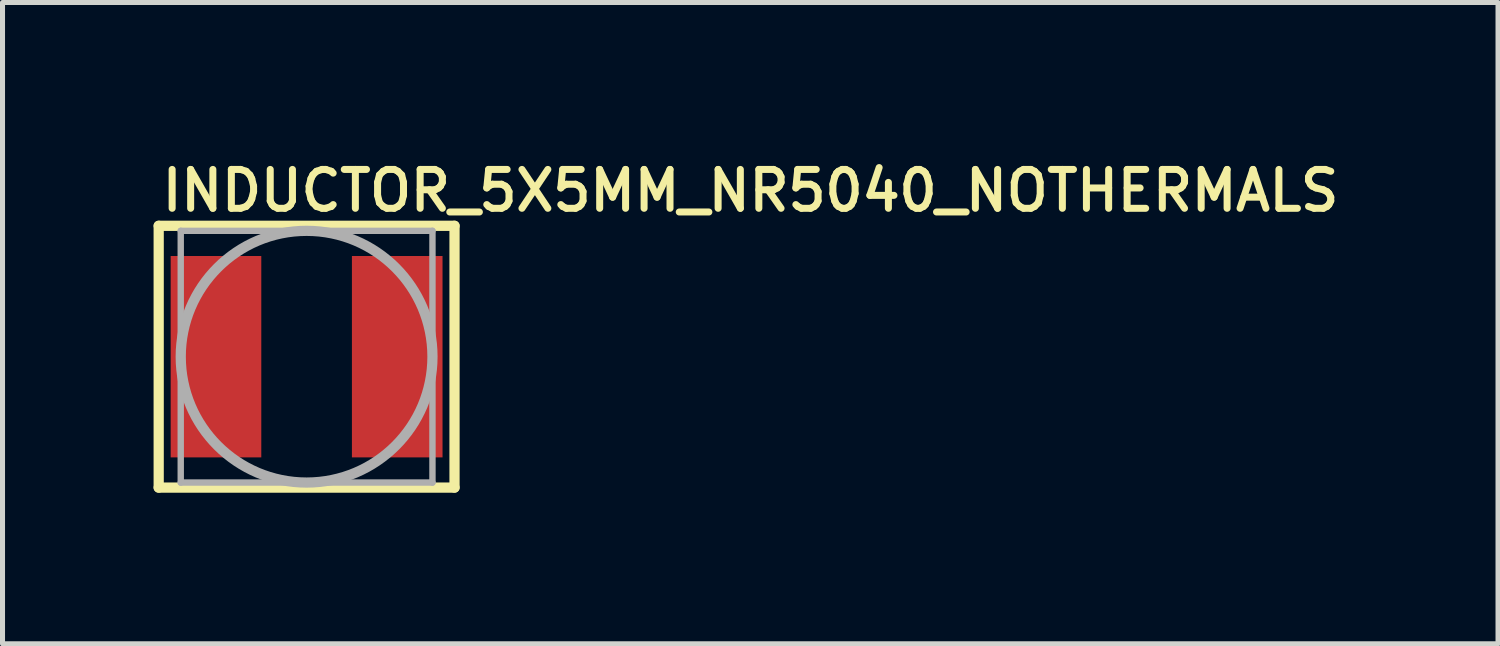
<source format=kicad_pcb>
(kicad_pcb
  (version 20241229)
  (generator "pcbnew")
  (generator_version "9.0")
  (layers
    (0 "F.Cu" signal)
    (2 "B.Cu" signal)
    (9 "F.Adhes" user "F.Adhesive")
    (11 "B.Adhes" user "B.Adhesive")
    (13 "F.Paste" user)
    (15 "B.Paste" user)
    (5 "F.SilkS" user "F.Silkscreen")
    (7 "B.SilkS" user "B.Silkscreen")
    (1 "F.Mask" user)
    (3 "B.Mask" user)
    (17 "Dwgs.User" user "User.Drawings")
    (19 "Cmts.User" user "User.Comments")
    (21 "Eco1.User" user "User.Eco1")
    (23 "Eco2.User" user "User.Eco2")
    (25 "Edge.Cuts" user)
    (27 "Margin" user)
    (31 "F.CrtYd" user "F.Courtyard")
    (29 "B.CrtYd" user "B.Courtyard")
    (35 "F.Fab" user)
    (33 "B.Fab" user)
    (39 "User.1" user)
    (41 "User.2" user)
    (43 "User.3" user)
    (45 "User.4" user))
  (footprint "INDUCTOR_5X5MM_NR5040_NOTHERMALS"
    (layer "F.Cu")
    (at 3.04 4.035)
    (property "Reference" "INDUCTOR_5X5MM_NR5040_NOTHERMALS" (at -2.946 -2.846 0) (layer "F.SilkS") (effects (font (size 0.772 0.772) (thickness 0.139)) (justify left bottom)))
    (attr through_hole)
    (fp_line (start -2.938 -2.6) (end 2.938 -2.6) (stroke (width 0.203) (type solid)) (layer "F.SilkS"))
    (fp_line (start -2.938 2.6) (end -2.938 -2.6) (stroke (width 0.203) (type solid)) (layer "F.SilkS"))
    (fp_line (start 2.938 -2.6) (end 2.938 2.6) (stroke (width 0.203) (type solid)) (layer "F.SilkS"))
    (fp_line (start 2.938 2.6) (end -2.938 2.6) (stroke (width 0.203) (type solid)) (layer "F.SilkS"))
    (fp_line (start -2.5 -2.5) (end 2.5 -2.5) (stroke (width 0.127) (type solid)) (layer "F.Fab"))
    (fp_line (start -2.5 2.5) (end -2.5 -2.5) (stroke (width 0.127) (type solid)) (layer "F.Fab"))
    (fp_line (start 2.5 -2.5) (end 2.5 2.5) (stroke (width 0.127) (type solid)) (layer "F.Fab"))
    (fp_line (start 2.5 2.5) (end -2.5 2.5) (stroke (width 0.127) (type solid)) (layer "F.Fab"))
    (fp_circle (center 0 0) (end 2.5 0) (stroke (width 0.203) (type solid)) (fill no) (layer "F.Fab"))
    (pad "P$1" smd rect (at -1.8 0) (size 1.8 4) (layers "F.Cu" "F.Mask" "F.Paste"))
    (pad "P$2" smd rect (at 1.8 0) (size 1.8 4) (layers "F.Cu" "F.Mask" "F.Paste")))
  (gr_rect
    (start -3 -3)
    (end 26.705 9.737)
    (stroke (width 0.1) (type default))
    (fill no)
    (layer "Edge.Cuts")))
</source>
